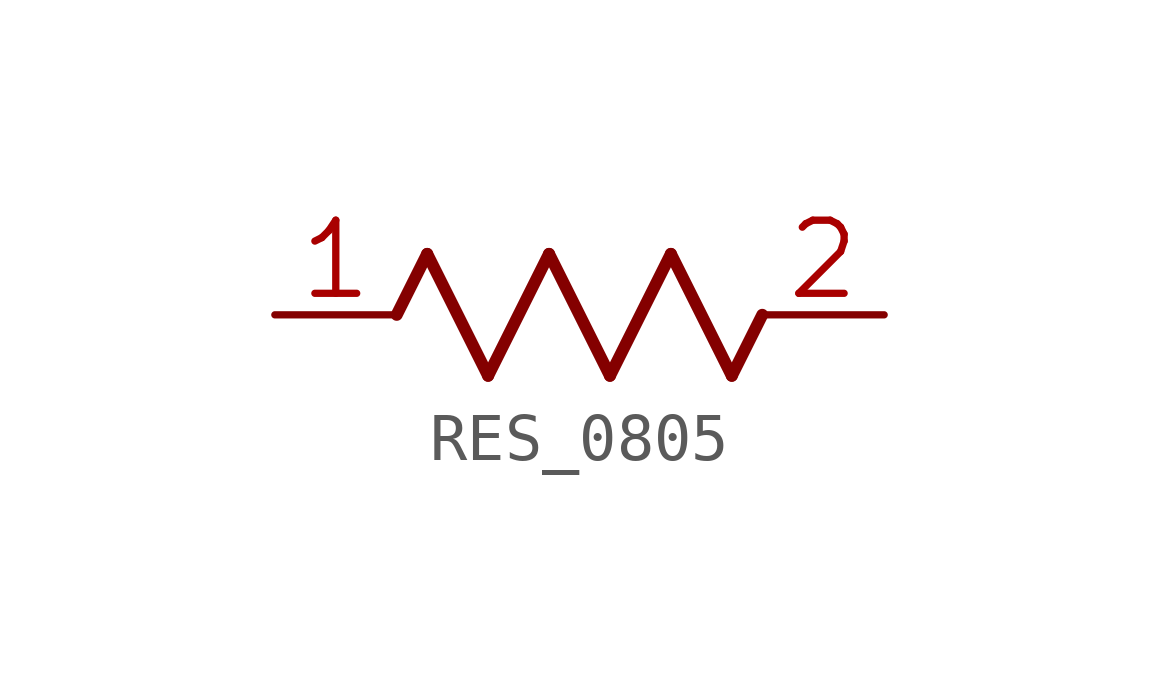
<source format=kicad_sym>
(kicad_symbol_lib
  (version 20241209)
  (generator "kicad_symbol_editor")
  (generator_version "9.0")
  (symbol "RES_0805"
    (property "Reference" "R"
      (at 0 0 0)
      (effects (font (size 1.27 1.27)) (hide yes)))
    (property "ki_locked" ""
      (at 0 0 0)
      (effects (font (size 1.27 1.27))))
    (symbol "RES_0805_1_0"
      (polyline (pts (xy -3.81 0) (xy -3.175 1.27)) (stroke (width 0.25) (type solid)) (fill (type none)))
      (polyline (pts (xy -3.175 1.27) (xy -1.905 -1.27)) (stroke (width 0.25) (type solid)) (fill (type none)))
      (polyline (pts (xy -1.905 -1.27) (xy -0.635 1.27)) (stroke (width 0.25) (type solid)) (fill (type none)))
      (polyline (pts (xy -0.635 1.27) (xy 0.635 -1.27)) (stroke (width 0.25) (type solid)) (fill (type none)))
      (polyline (pts (xy 0.635 -1.27) (xy 1.905 1.27)) (stroke (width 0.25) (type solid)) (fill (type none)))
      (polyline (pts (xy 1.905 1.27) (xy 3.175 -1.27)) (stroke (width 0.25) (type solid)) (fill (type none)))
      (polyline (pts (xy 3.175 -1.27) (xy 3.81 0)) (stroke (width 0.25) (type solid)) (fill (type none)))
      (pin passive line (at -6.35 0 0) (length 2.54) (name "1" (effects (font (size 0 0)))) (number "1" (effects (font (size 1.524 1.524)))))
      (pin passive line (at 6.35 0 180) (length 2.54) (name "2" (effects (font (size 0 0)))) (number "2" (effects (font (size 1.524 1.524))))))))
</source>
